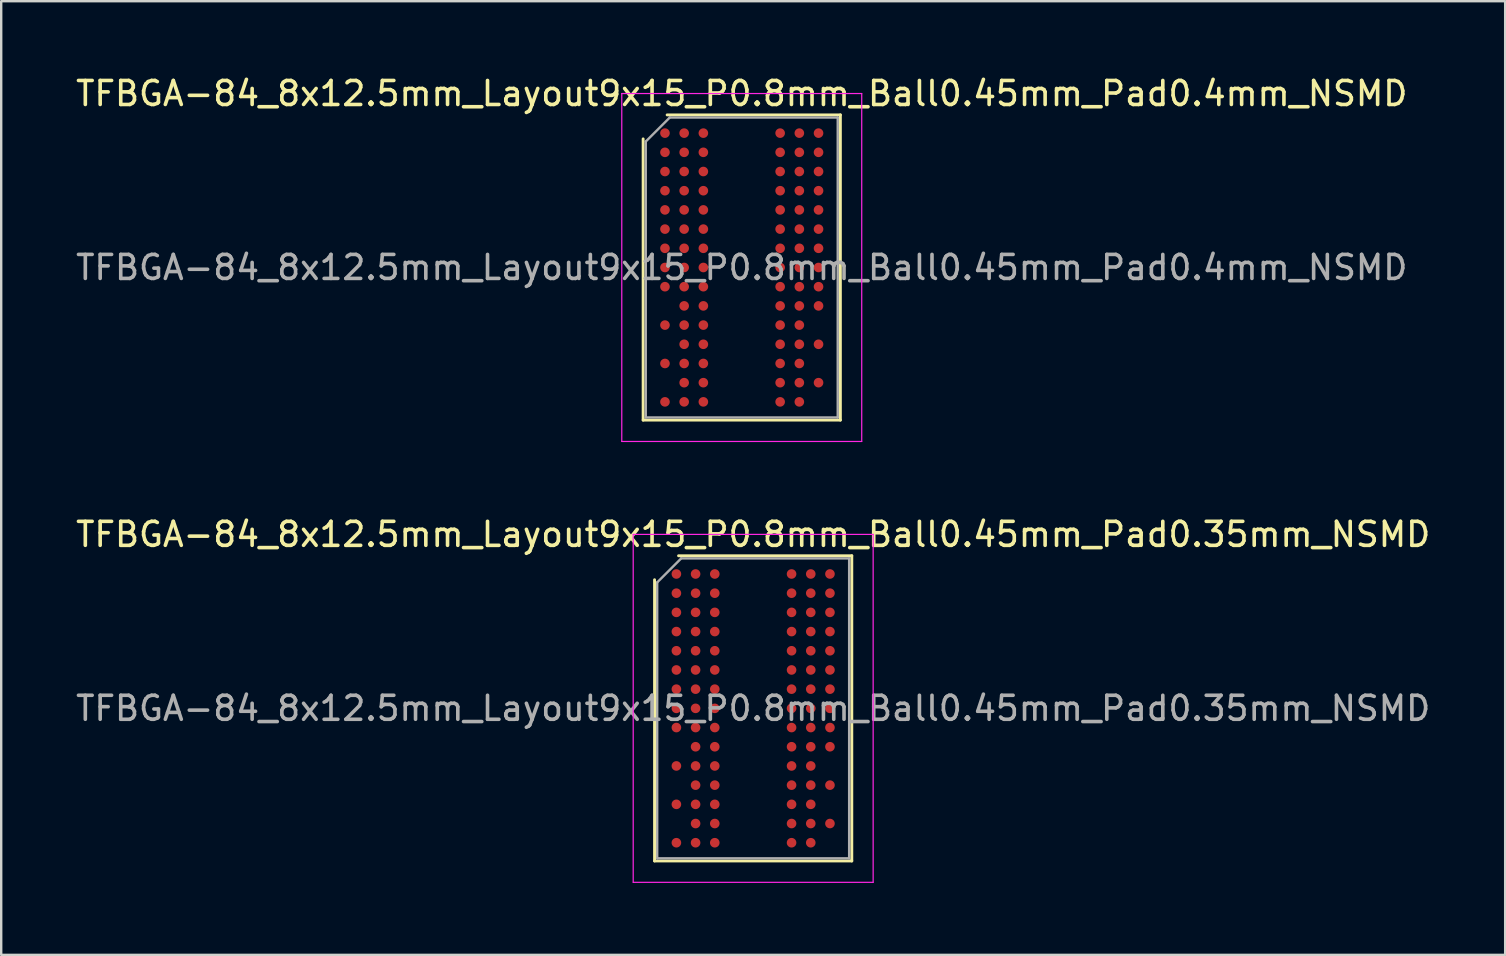
<source format=kicad_pcb>
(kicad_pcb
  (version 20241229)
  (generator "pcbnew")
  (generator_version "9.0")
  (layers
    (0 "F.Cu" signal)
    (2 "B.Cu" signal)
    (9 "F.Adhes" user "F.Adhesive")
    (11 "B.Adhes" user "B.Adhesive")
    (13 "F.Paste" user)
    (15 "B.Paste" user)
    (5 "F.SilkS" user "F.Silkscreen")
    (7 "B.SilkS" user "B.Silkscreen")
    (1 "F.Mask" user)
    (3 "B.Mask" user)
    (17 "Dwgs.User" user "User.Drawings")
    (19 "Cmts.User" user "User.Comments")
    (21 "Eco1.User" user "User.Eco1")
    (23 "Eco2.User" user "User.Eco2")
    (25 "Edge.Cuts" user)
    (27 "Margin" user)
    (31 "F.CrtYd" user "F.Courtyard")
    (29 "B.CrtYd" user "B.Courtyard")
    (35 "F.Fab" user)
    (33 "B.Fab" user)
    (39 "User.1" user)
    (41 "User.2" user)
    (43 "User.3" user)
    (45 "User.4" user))
  (footprint "TFBGA-84_8x12.5mm_Layout9x15_P0.8mm_Ball0.45mm_Pad0.4mm_NSMD"
    (layer "F.Cu")
    (at 27.863 8.098)
    (property "Reference" "TFBGA-84_8x12.5mm_Layout9x15_P0.8mm_Ball0.45mm_Pad0.4mm_NSMD" (at 0 -7.25 0) (layer "F.SilkS") (effects (font (size 1 1) (thickness 0.15))))
    (attr smd)
    (fp_line (start -4.11 6.36) (end -4.11 -5.36) (stroke (width 0.12) (type solid)) (layer "F.SilkS"))
    (fp_line (start -3.11 -6.36) (end 4.11 -6.36) (stroke (width 0.12) (type solid)) (layer "F.SilkS"))
    (fp_line (start 4.11 -6.36) (end 4.11 6.36) (stroke (width 0.12) (type solid)) (layer "F.SilkS"))
    (fp_line (start 4.11 6.36) (end -4.11 6.36) (stroke (width 0.12) (type solid)) (layer "F.SilkS"))
    (fp_line (start -5 -7.25) (end -5 7.25) (stroke (width 0.05) (type solid)) (layer "F.CrtYd"))
    (fp_line (start -5 7.25) (end 5 7.25) (stroke (width 0.05) (type solid)) (layer "F.CrtYd"))
    (fp_line (start 5 -7.25) (end -5 -7.25) (stroke (width 0.05) (type solid)) (layer "F.CrtYd"))
    (fp_line (start 5 7.25) (end 5 -7.25) (stroke (width 0.05) (type solid)) (layer "F.CrtYd"))
    (fp_line (start -4 -5.25) (end -3 -6.25) (stroke (width 0.1) (type solid)) (layer "F.Fab"))
    (fp_line (start -4 6.25) (end -4 -5.25) (stroke (width 0.1) (type solid)) (layer "F.Fab"))
    (fp_line (start -3 -6.25) (end 4 -6.25) (stroke (width 0.1) (type solid)) (layer "F.Fab"))
    (fp_line (start 4 -6.25) (end 4 6.25) (stroke (width 0.1) (type solid)) (layer "F.Fab"))
    (fp_line (start 4 6.25) (end -4 6.25) (stroke (width 0.1) (type solid)) (layer "F.Fab"))
    (fp_text user "${REFERENCE}" (at 0 0 0) (layer "F.Fab") (effects (font (size 1 1) (thickness 0.15))))
    (pad "A1" smd circle (at -3.2 -5.6) (size 0.4 0.4) (layers "F.Cu" "F.Mask" "F.Paste"))
    (pad "A2" smd circle (at -2.4 -5.6) (size 0.4 0.4) (layers "F.Cu" "F.Mask" "F.Paste"))
    (pad "A3" smd circle (at -1.6 -5.6) (size 0.4 0.4) (layers "F.Cu" "F.Mask" "F.Paste"))
    (pad "A7" smd circle (at 1.6 -5.6) (size 0.4 0.4) (layers "F.Cu" "F.Mask" "F.Paste"))
    (pad "A8" smd circle (at 2.4 -5.6) (size 0.4 0.4) (layers "F.Cu" "F.Mask" "F.Paste"))
    (pad "A9" smd circle (at 3.2 -5.6) (size 0.4 0.4) (layers "F.Cu" "F.Mask" "F.Paste"))
    (pad "B1" smd circle (at -3.2 -4.8) (size 0.4 0.4) (layers "F.Cu" "F.Mask" "F.Paste"))
    (pad "B2" smd circle (at -2.4 -4.8) (size 0.4 0.4) (layers "F.Cu" "F.Mask" "F.Paste"))
    (pad "B3" smd circle (at -1.6 -4.8) (size 0.4 0.4) (layers "F.Cu" "F.Mask" "F.Paste"))
    (pad "B7" smd circle (at 1.6 -4.8) (size 0.4 0.4) (layers "F.Cu" "F.Mask" "F.Paste"))
    (pad "B8" smd circle (at 2.4 -4.8) (size 0.4 0.4) (layers "F.Cu" "F.Mask" "F.Paste"))
    (pad "B9" smd circle (at 3.2 -4.8) (size 0.4 0.4) (layers "F.Cu" "F.Mask" "F.Paste"))
    (pad "C1" smd circle (at -3.2 -4) (size 0.4 0.4) (layers "F.Cu" "F.Mask" "F.Paste"))
    (pad "C2" smd circle (at -2.4 -4) (size 0.4 0.4) (layers "F.Cu" "F.Mask" "F.Paste"))
    (pad "C3" smd circle (at -1.6 -4) (size 0.4 0.4) (layers "F.Cu" "F.Mask" "F.Paste"))
    (pad "C7" smd circle (at 1.6 -4) (size 0.4 0.4) (layers "F.Cu" "F.Mask" "F.Paste"))
    (pad "C8" smd circle (at 2.4 -4) (size 0.4 0.4) (layers "F.Cu" "F.Mask" "F.Paste"))
    (pad "C9" smd circle (at 3.2 -4) (size 0.4 0.4) (layers "F.Cu" "F.Mask" "F.Paste"))
    (pad "D1" smd circle (at -3.2 -3.2) (size 0.4 0.4) (layers "F.Cu" "F.Mask" "F.Paste"))
    (pad "D2" smd circle (at -2.4 -3.2) (size 0.4 0.4) (layers "F.Cu" "F.Mask" "F.Paste"))
    (pad "D3" smd circle (at -1.6 -3.2) (size 0.4 0.4) (layers "F.Cu" "F.Mask" "F.Paste"))
    (pad "D7" smd circle (at 1.6 -3.2) (size 0.4 0.4) (layers "F.Cu" "F.Mask" "F.Paste"))
    (pad "D8" smd circle (at 2.4 -3.2) (size 0.4 0.4) (layers "F.Cu" "F.Mask" "F.Paste"))
    (pad "D9" smd circle (at 3.2 -3.2) (size 0.4 0.4) (layers "F.Cu" "F.Mask" "F.Paste"))
    (pad "E1" smd circle (at -3.2 -2.4) (size 0.4 0.4) (layers "F.Cu" "F.Mask" "F.Paste"))
    (pad "E2" smd circle (at -2.4 -2.4) (size 0.4 0.4) (layers "F.Cu" "F.Mask" "F.Paste"))
    (pad "E3" smd circle (at -1.6 -2.4) (size 0.4 0.4) (layers "F.Cu" "F.Mask" "F.Paste"))
    (pad "E7" smd circle (at 1.6 -2.4) (size 0.4 0.4) (layers "F.Cu" "F.Mask" "F.Paste"))
    (pad "E8" smd circle (at 2.4 -2.4) (size 0.4 0.4) (layers "F.Cu" "F.Mask" "F.Paste"))
    (pad "E9" smd circle (at 3.2 -2.4) (size 0.4 0.4) (layers "F.Cu" "F.Mask" "F.Paste"))
    (pad "F1" smd circle (at -3.2 -1.6) (size 0.4 0.4) (layers "F.Cu" "F.Mask" "F.Paste"))
    (pad "F2" smd circle (at -2.4 -1.6) (size 0.4 0.4) (layers "F.Cu" "F.Mask" "F.Paste"))
    (pad "F3" smd circle (at -1.6 -1.6) (size 0.4 0.4) (layers "F.Cu" "F.Mask" "F.Paste"))
    (pad "F7" smd circle (at 1.6 -1.6) (size 0.4 0.4) (layers "F.Cu" "F.Mask" "F.Paste"))
    (pad "F8" smd circle (at 2.4 -1.6) (size 0.4 0.4) (layers "F.Cu" "F.Mask" "F.Paste"))
    (pad "F9" smd circle (at 3.2 -1.6) (size 0.4 0.4) (layers "F.Cu" "F.Mask" "F.Paste"))
    (pad "G1" smd circle (at -3.2 -0.8) (size 0.4 0.4) (layers "F.Cu" "F.Mask" "F.Paste"))
    (pad "G2" smd circle (at -2.4 -0.8) (size 0.4 0.4) (layers "F.Cu" "F.Mask" "F.Paste"))
    (pad "G3" smd circle (at -1.6 -0.8) (size 0.4 0.4) (layers "F.Cu" "F.Mask" "F.Paste"))
    (pad "G7" smd circle (at 1.6 -0.8) (size 0.4 0.4) (layers "F.Cu" "F.Mask" "F.Paste"))
    (pad "G8" smd circle (at 2.4 -0.8) (size 0.4 0.4) (layers "F.Cu" "F.Mask" "F.Paste"))
    (pad "G9" smd circle (at 3.2 -0.8) (size 0.4 0.4) (layers "F.Cu" "F.Mask" "F.Paste"))
    (pad "H1" smd circle (at -3.2 0) (size 0.4 0.4) (layers "F.Cu" "F.Mask" "F.Paste"))
    (pad "H2" smd circle (at -2.4 0) (size 0.4 0.4) (layers "F.Cu" "F.Mask" "F.Paste"))
    (pad "H3" smd circle (at -1.6 0) (size 0.4 0.4) (layers "F.Cu" "F.Mask" "F.Paste"))
    (pad "H7" smd circle (at 1.6 0) (size 0.4 0.4) (layers "F.Cu" "F.Mask" "F.Paste"))
    (pad "H8" smd circle (at 2.4 0) (size 0.4 0.4) (layers "F.Cu" "F.Mask" "F.Paste"))
    (pad "H9" smd circle (at 3.2 0) (size 0.4 0.4) (layers "F.Cu" "F.Mask" "F.Paste"))
    (pad "J1" smd circle (at -3.2 0.8) (size 0.4 0.4) (layers "F.Cu" "F.Mask" "F.Paste"))
    (pad "J2" smd circle (at -2.4 0.8) (size 0.4 0.4) (layers "F.Cu" "F.Mask" "F.Paste"))
    (pad "J3" smd circle (at -1.6 0.8) (size 0.4 0.4) (layers "F.Cu" "F.Mask" "F.Paste"))
    (pad "J7" smd circle (at 1.6 0.8) (size 0.4 0.4) (layers "F.Cu" "F.Mask" "F.Paste"))
    (pad "J8" smd circle (at 2.4 0.8) (size 0.4 0.4) (layers "F.Cu" "F.Mask" "F.Paste"))
    (pad "J9" smd circle (at 3.2 0.8) (size 0.4 0.4) (layers "F.Cu" "F.Mask" "F.Paste"))
    (pad "K2" smd circle (at -2.4 1.6) (size 0.4 0.4) (layers "F.Cu" "F.Mask" "F.Paste"))
    (pad "K3" smd circle (at -1.6 1.6) (size 0.4 0.4) (layers "F.Cu" "F.Mask" "F.Paste"))
    (pad "K7" smd circle (at 1.6 1.6) (size 0.4 0.4) (layers "F.Cu" "F.Mask" "F.Paste"))
    (pad "K8" smd circle (at 2.4 1.6) (size 0.4 0.4) (layers "F.Cu" "F.Mask" "F.Paste"))
    (pad "K9" smd circle (at 3.2 1.6) (size 0.4 0.4) (layers "F.Cu" "F.Mask" "F.Paste"))
    (pad "L1" smd circle (at -3.2 2.4) (size 0.4 0.4) (layers "F.Cu" "F.Mask" "F.Paste"))
    (pad "L2" smd circle (at -2.4 2.4) (size 0.4 0.4) (layers "F.Cu" "F.Mask" "F.Paste"))
    (pad "L3" smd circle (at -1.6 2.4) (size 0.4 0.4) (layers "F.Cu" "F.Mask" "F.Paste"))
    (pad "L7" smd circle (at 1.6 2.4) (size 0.4 0.4) (layers "F.Cu" "F.Mask" "F.Paste"))
    (pad "L8" smd circle (at 2.4 2.4) (size 0.4 0.4) (layers "F.Cu" "F.Mask" "F.Paste"))
    (pad "M2" smd circle (at -2.4 3.2) (size 0.4 0.4) (layers "F.Cu" "F.Mask" "F.Paste"))
    (pad "M3" smd circle (at -1.6 3.2) (size 0.4 0.4) (layers "F.Cu" "F.Mask" "F.Paste"))
    (pad "M7" smd circle (at 1.6 3.2) (size 0.4 0.4) (layers "F.Cu" "F.Mask" "F.Paste"))
    (pad "M8" smd circle (at 2.4 3.2) (size 0.4 0.4) (layers "F.Cu" "F.Mask" "F.Paste"))
    (pad "M9" smd circle (at 3.2 3.2) (size 0.4 0.4) (layers "F.Cu" "F.Mask" "F.Paste"))
    (pad "N1" smd circle (at -3.2 4) (size 0.4 0.4) (layers "F.Cu" "F.Mask" "F.Paste"))
    (pad "N2" smd circle (at -2.4 4) (size 0.4 0.4) (layers "F.Cu" "F.Mask" "F.Paste"))
    (pad "N3" smd circle (at -1.6 4) (size 0.4 0.4) (layers "F.Cu" "F.Mask" "F.Paste"))
    (pad "N7" smd circle (at 1.6 4) (size 0.4 0.4) (layers "F.Cu" "F.Mask" "F.Paste"))
    (pad "N8" smd circle (at 2.4 4) (size 0.4 0.4) (layers "F.Cu" "F.Mask" "F.Paste"))
    (pad "P2" smd circle (at -2.4 4.8) (size 0.4 0.4) (layers "F.Cu" "F.Mask" "F.Paste"))
    (pad "P3" smd circle (at -1.6 4.8) (size 0.4 0.4) (layers "F.Cu" "F.Mask" "F.Paste"))
    (pad "P7" smd circle (at 1.6 4.8) (size 0.4 0.4) (layers "F.Cu" "F.Mask" "F.Paste"))
    (pad "P8" smd circle (at 2.4 4.8) (size 0.4 0.4) (layers "F.Cu" "F.Mask" "F.Paste"))
    (pad "P9" smd circle (at 3.2 4.8) (size 0.4 0.4) (layers "F.Cu" "F.Mask" "F.Paste"))
    (pad "R1" smd circle (at -3.2 5.6) (size 0.4 0.4) (layers "F.Cu" "F.Mask" "F.Paste"))
    (pad "R2" smd circle (at -2.4 5.6) (size 0.4 0.4) (layers "F.Cu" "F.Mask" "F.Paste"))
    (pad "R3" smd circle (at -1.6 5.6) (size 0.4 0.4) (layers "F.Cu" "F.Mask" "F.Paste"))
    (pad "R7" smd circle (at 1.6 5.6) (size 0.4 0.4) (layers "F.Cu" "F.Mask" "F.Paste"))
    (pad "R8" smd circle (at 2.4 5.6) (size 0.4 0.4) (layers "F.Cu" "F.Mask" "F.Paste")))
  (footprint "TFBGA-84_8x12.5mm_Layout9x15_P0.8mm_Ball0.45mm_Pad0.35mm_NSMD"
    (layer "F.Cu")
    (at 28.339 26.471)
    (property "Reference" "TFBGA-84_8x12.5mm_Layout9x15_P0.8mm_Ball0.45mm_Pad0.35mm_NSMD" (at 0 -7.25 0) (layer "F.SilkS") (effects (font (size 1 1) (thickness 0.15))))
    (attr smd)
    (fp_line (start -4.11 6.36) (end -4.11 -5.36) (stroke (width 0.12) (type solid)) (layer "F.SilkS"))
    (fp_line (start -3.11 -6.36) (end 4.11 -6.36) (stroke (width 0.12) (type solid)) (layer "F.SilkS"))
    (fp_line (start 4.11 -6.36) (end 4.11 6.36) (stroke (width 0.12) (type solid)) (layer "F.SilkS"))
    (fp_line (start 4.11 6.36) (end -4.11 6.36) (stroke (width 0.12) (type solid)) (layer "F.SilkS"))
    (fp_line (start -5 -7.25) (end -5 7.25) (stroke (width 0.05) (type solid)) (layer "F.CrtYd"))
    (fp_line (start -5 7.25) (end 5 7.25) (stroke (width 0.05) (type solid)) (layer "F.CrtYd"))
    (fp_line (start 5 -7.25) (end -5 -7.25) (stroke (width 0.05) (type solid)) (layer "F.CrtYd"))
    (fp_line (start 5 7.25) (end 5 -7.25) (stroke (width 0.05) (type solid)) (layer "F.CrtYd"))
    (fp_line (start -4 -5.25) (end -3 -6.25) (stroke (width 0.1) (type solid)) (layer "F.Fab"))
    (fp_line (start -4 6.25) (end -4 -5.25) (stroke (width 0.1) (type solid)) (layer "F.Fab"))
    (fp_line (start -3 -6.25) (end 4 -6.25) (stroke (width 0.1) (type solid)) (layer "F.Fab"))
    (fp_line (start 4 -6.25) (end 4 6.25) (stroke (width 0.1) (type solid)) (layer "F.Fab"))
    (fp_line (start 4 6.25) (end -4 6.25) (stroke (width 0.1) (type solid)) (layer "F.Fab"))
    (fp_text user "${REFERENCE}" (at 0 0 0) (layer "F.Fab") (effects (font (size 1 1) (thickness 0.15))))
    (pad "A1" smd circle (at -3.2 -5.6) (size 0.4 0.4) (layers "F.Cu" "F.Mask" "F.Paste"))
    (pad "A2" smd circle (at -2.4 -5.6) (size 0.4 0.4) (layers "F.Cu" "F.Mask" "F.Paste"))
    (pad "A3" smd circle (at -1.6 -5.6) (size 0.4 0.4) (layers "F.Cu" "F.Mask" "F.Paste"))
    (pad "A7" smd circle (at 1.6 -5.6) (size 0.4 0.4) (layers "F.Cu" "F.Mask" "F.Paste"))
    (pad "A8" smd circle (at 2.4 -5.6) (size 0.4 0.4) (layers "F.Cu" "F.Mask" "F.Paste"))
    (pad "A9" smd circle (at 3.2 -5.6) (size 0.4 0.4) (layers "F.Cu" "F.Mask" "F.Paste"))
    (pad "B1" smd circle (at -3.2 -4.8) (size 0.4 0.4) (layers "F.Cu" "F.Mask" "F.Paste"))
    (pad "B2" smd circle (at -2.4 -4.8) (size 0.4 0.4) (layers "F.Cu" "F.Mask" "F.Paste"))
    (pad "B3" smd circle (at -1.6 -4.8) (size 0.4 0.4) (layers "F.Cu" "F.Mask" "F.Paste"))
    (pad "B7" smd circle (at 1.6 -4.8) (size 0.4 0.4) (layers "F.Cu" "F.Mask" "F.Paste"))
    (pad "B8" smd circle (at 2.4 -4.8) (size 0.4 0.4) (layers "F.Cu" "F.Mask" "F.Paste"))
    (pad "B9" smd circle (at 3.2 -4.8) (size 0.4 0.4) (layers "F.Cu" "F.Mask" "F.Paste"))
    (pad "C1" smd circle (at -3.2 -4) (size 0.4 0.4) (layers "F.Cu" "F.Mask" "F.Paste"))
    (pad "C2" smd circle (at -2.4 -4) (size 0.4 0.4) (layers "F.Cu" "F.Mask" "F.Paste"))
    (pad "C3" smd circle (at -1.6 -4) (size 0.4 0.4) (layers "F.Cu" "F.Mask" "F.Paste"))
    (pad "C7" smd circle (at 1.6 -4) (size 0.4 0.4) (layers "F.Cu" "F.Mask" "F.Paste"))
    (pad "C8" smd circle (at 2.4 -4) (size 0.4 0.4) (layers "F.Cu" "F.Mask" "F.Paste"))
    (pad "C9" smd circle (at 3.2 -4) (size 0.4 0.4) (layers "F.Cu" "F.Mask" "F.Paste"))
    (pad "D1" smd circle (at -3.2 -3.2) (size 0.4 0.4) (layers "F.Cu" "F.Mask" "F.Paste"))
    (pad "D2" smd circle (at -2.4 -3.2) (size 0.4 0.4) (layers "F.Cu" "F.Mask" "F.Paste"))
    (pad "D3" smd circle (at -1.6 -3.2) (size 0.4 0.4) (layers "F.Cu" "F.Mask" "F.Paste"))
    (pad "D7" smd circle (at 1.6 -3.2) (size 0.4 0.4) (layers "F.Cu" "F.Mask" "F.Paste"))
    (pad "D8" smd circle (at 2.4 -3.2) (size 0.4 0.4) (layers "F.Cu" "F.Mask" "F.Paste"))
    (pad "D9" smd circle (at 3.2 -3.2) (size 0.4 0.4) (layers "F.Cu" "F.Mask" "F.Paste"))
    (pad "E1" smd circle (at -3.2 -2.4) (size 0.4 0.4) (layers "F.Cu" "F.Mask" "F.Paste"))
    (pad "E2" smd circle (at -2.4 -2.4) (size 0.4 0.4) (layers "F.Cu" "F.Mask" "F.Paste"))
    (pad "E3" smd circle (at -1.6 -2.4) (size 0.4 0.4) (layers "F.Cu" "F.Mask" "F.Paste"))
    (pad "E7" smd circle (at 1.6 -2.4) (size 0.4 0.4) (layers "F.Cu" "F.Mask" "F.Paste"))
    (pad "E8" smd circle (at 2.4 -2.4) (size 0.4 0.4) (layers "F.Cu" "F.Mask" "F.Paste"))
    (pad "E9" smd circle (at 3.2 -2.4) (size 0.4 0.4) (layers "F.Cu" "F.Mask" "F.Paste"))
    (pad "F1" smd circle (at -3.2 -1.6) (size 0.4 0.4) (layers "F.Cu" "F.Mask" "F.Paste"))
    (pad "F2" smd circle (at -2.4 -1.6) (size 0.4 0.4) (layers "F.Cu" "F.Mask" "F.Paste"))
    (pad "F3" smd circle (at -1.6 -1.6) (size 0.4 0.4) (layers "F.Cu" "F.Mask" "F.Paste"))
    (pad "F7" smd circle (at 1.6 -1.6) (size 0.4 0.4) (layers "F.Cu" "F.Mask" "F.Paste"))
    (pad "F8" smd circle (at 2.4 -1.6) (size 0.4 0.4) (layers "F.Cu" "F.Mask" "F.Paste"))
    (pad "F9" smd circle (at 3.2 -1.6) (size 0.4 0.4) (layers "F.Cu" "F.Mask" "F.Paste"))
    (pad "G1" smd circle (at -3.2 -0.8) (size 0.4 0.4) (layers "F.Cu" "F.Mask" "F.Paste"))
    (pad "G2" smd circle (at -2.4 -0.8) (size 0.4 0.4) (layers "F.Cu" "F.Mask" "F.Paste"))
    (pad "G3" smd circle (at -1.6 -0.8) (size 0.4 0.4) (layers "F.Cu" "F.Mask" "F.Paste"))
    (pad "G7" smd circle (at 1.6 -0.8) (size 0.4 0.4) (layers "F.Cu" "F.Mask" "F.Paste"))
    (pad "G8" smd circle (at 2.4 -0.8) (size 0.4 0.4) (layers "F.Cu" "F.Mask" "F.Paste"))
    (pad "G9" smd circle (at 3.2 -0.8) (size 0.4 0.4) (layers "F.Cu" "F.Mask" "F.Paste"))
    (pad "H1" smd circle (at -3.2 0) (size 0.4 0.4) (layers "F.Cu" "F.Mask" "F.Paste"))
    (pad "H2" smd circle (at -2.4 0) (size 0.4 0.4) (layers "F.Cu" "F.Mask" "F.Paste"))
    (pad "H3" smd circle (at -1.6 0) (size 0.4 0.4) (layers "F.Cu" "F.Mask" "F.Paste"))
    (pad "H7" smd circle (at 1.6 0) (size 0.4 0.4) (layers "F.Cu" "F.Mask" "F.Paste"))
    (pad "H8" smd circle (at 2.4 0) (size 0.4 0.4) (layers "F.Cu" "F.Mask" "F.Paste"))
    (pad "H9" smd circle (at 3.2 0) (size 0.4 0.4) (layers "F.Cu" "F.Mask" "F.Paste"))
    (pad "J1" smd circle (at -3.2 0.8) (size 0.4 0.4) (layers "F.Cu" "F.Mask" "F.Paste"))
    (pad "J2" smd circle (at -2.4 0.8) (size 0.4 0.4) (layers "F.Cu" "F.Mask" "F.Paste"))
    (pad "J3" smd circle (at -1.6 0.8) (size 0.4 0.4) (layers "F.Cu" "F.Mask" "F.Paste"))
    (pad "J7" smd circle (at 1.6 0.8) (size 0.4 0.4) (layers "F.Cu" "F.Mask" "F.Paste"))
    (pad "J8" smd circle (at 2.4 0.8) (size 0.4 0.4) (layers "F.Cu" "F.Mask" "F.Paste"))
    (pad "J9" smd circle (at 3.2 0.8) (size 0.4 0.4) (layers "F.Cu" "F.Mask" "F.Paste"))
    (pad "K2" smd circle (at -2.4 1.6) (size 0.4 0.4) (layers "F.Cu" "F.Mask" "F.Paste"))
    (pad "K3" smd circle (at -1.6 1.6) (size 0.4 0.4) (layers "F.Cu" "F.Mask" "F.Paste"))
    (pad "K7" smd circle (at 1.6 1.6) (size 0.4 0.4) (layers "F.Cu" "F.Mask" "F.Paste"))
    (pad "K8" smd circle (at 2.4 1.6) (size 0.4 0.4) (layers "F.Cu" "F.Mask" "F.Paste"))
    (pad "K9" smd circle (at 3.2 1.6) (size 0.4 0.4) (layers "F.Cu" "F.Mask" "F.Paste"))
    (pad "L1" smd circle (at -3.2 2.4) (size 0.4 0.4) (layers "F.Cu" "F.Mask" "F.Paste"))
    (pad "L2" smd circle (at -2.4 2.4) (size 0.4 0.4) (layers "F.Cu" "F.Mask" "F.Paste"))
    (pad "L3" smd circle (at -1.6 2.4) (size 0.4 0.4) (layers "F.Cu" "F.Mask" "F.Paste"))
    (pad "L7" smd circle (at 1.6 2.4) (size 0.4 0.4) (layers "F.Cu" "F.Mask" "F.Paste"))
    (pad "L8" smd circle (at 2.4 2.4) (size 0.4 0.4) (layers "F.Cu" "F.Mask" "F.Paste"))
    (pad "M2" smd circle (at -2.4 3.2) (size 0.4 0.4) (layers "F.Cu" "F.Mask" "F.Paste"))
    (pad "M3" smd circle (at -1.6 3.2) (size 0.4 0.4) (layers "F.Cu" "F.Mask" "F.Paste"))
    (pad "M7" smd circle (at 1.6 3.2) (size 0.4 0.4) (layers "F.Cu" "F.Mask" "F.Paste"))
    (pad "M8" smd circle (at 2.4 3.2) (size 0.4 0.4) (layers "F.Cu" "F.Mask" "F.Paste"))
    (pad "M9" smd circle (at 3.2 3.2) (size 0.4 0.4) (layers "F.Cu" "F.Mask" "F.Paste"))
    (pad "N1" smd circle (at -3.2 4) (size 0.4 0.4) (layers "F.Cu" "F.Mask" "F.Paste"))
    (pad "N2" smd circle (at -2.4 4) (size 0.4 0.4) (layers "F.Cu" "F.Mask" "F.Paste"))
    (pad "N3" smd circle (at -1.6 4) (size 0.4 0.4) (layers "F.Cu" "F.Mask" "F.Paste"))
    (pad "N7" smd circle (at 1.6 4) (size 0.4 0.4) (layers "F.Cu" "F.Mask" "F.Paste"))
    (pad "N8" smd circle (at 2.4 4) (size 0.4 0.4) (layers "F.Cu" "F.Mask" "F.Paste"))
    (pad "P2" smd circle (at -2.4 4.8) (size 0.4 0.4) (layers "F.Cu" "F.Mask" "F.Paste"))
    (pad "P3" smd circle (at -1.6 4.8) (size 0.4 0.4) (layers "F.Cu" "F.Mask" "F.Paste"))
    (pad "P7" smd circle (at 1.6 4.8) (size 0.4 0.4) (layers "F.Cu" "F.Mask" "F.Paste"))
    (pad "P8" smd circle (at 2.4 4.8) (size 0.4 0.4) (layers "F.Cu" "F.Mask" "F.Paste"))
    (pad "P9" smd circle (at 3.2 4.8) (size 0.4 0.4) (layers "F.Cu" "F.Mask" "F.Paste"))
    (pad "R1" smd circle (at -3.2 5.6) (size 0.4 0.4) (layers "F.Cu" "F.Mask" "F.Paste"))
    (pad "R2" smd circle (at -2.4 5.6) (size 0.4 0.4) (layers "F.Cu" "F.Mask" "F.Paste"))
    (pad "R3" smd circle (at -1.6 5.6) (size 0.4 0.4) (layers "F.Cu" "F.Mask" "F.Paste"))
    (pad "R7" smd circle (at 1.6 5.6) (size 0.4 0.4) (layers "F.Cu" "F.Mask" "F.Paste"))
    (pad "R8" smd circle (at 2.4 5.6) (size 0.4 0.4) (layers "F.Cu" "F.Mask" "F.Paste")))
  (gr_rect
    (start -3 -3)
    (end 59.679 36.746)
    (stroke (width 0.1) (type default))
    (fill no)
    (layer "Edge.Cuts")))
</source>
